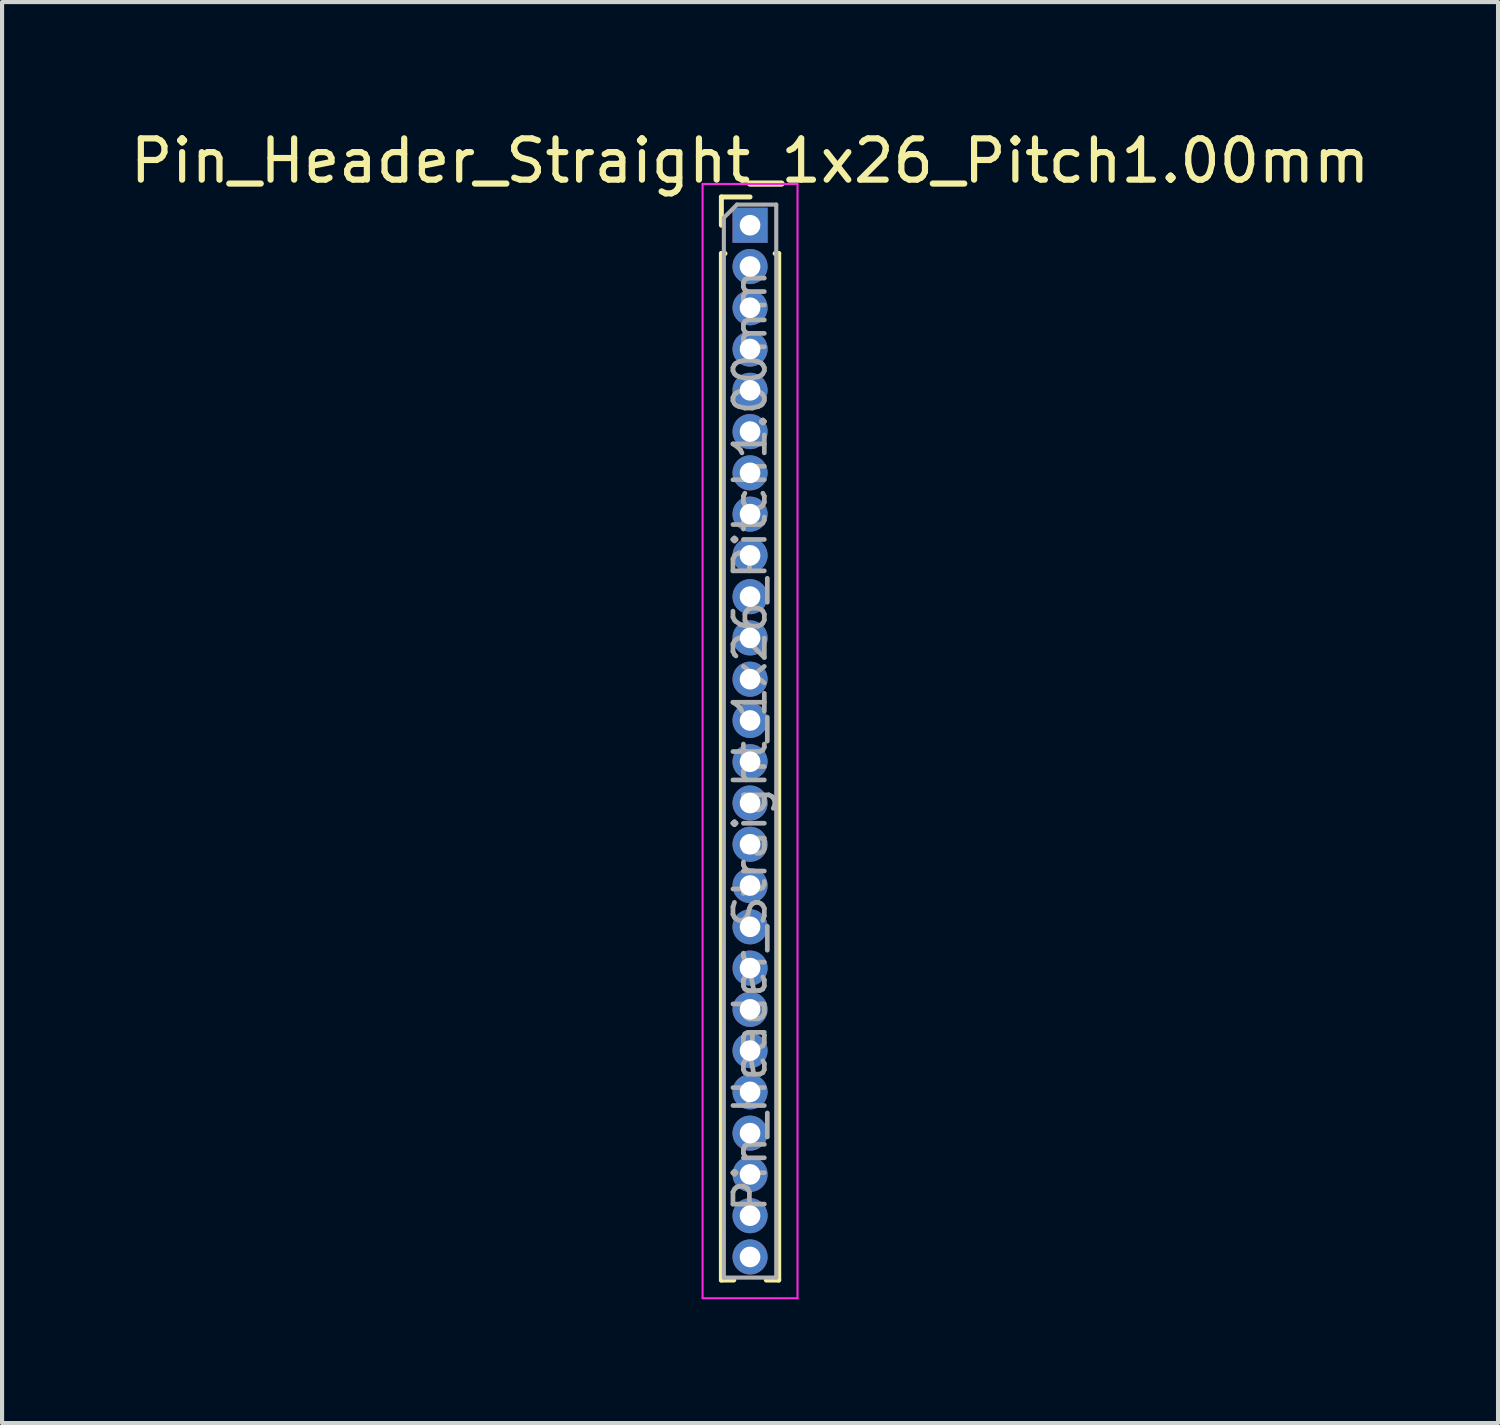
<source format=kicad_pcb>
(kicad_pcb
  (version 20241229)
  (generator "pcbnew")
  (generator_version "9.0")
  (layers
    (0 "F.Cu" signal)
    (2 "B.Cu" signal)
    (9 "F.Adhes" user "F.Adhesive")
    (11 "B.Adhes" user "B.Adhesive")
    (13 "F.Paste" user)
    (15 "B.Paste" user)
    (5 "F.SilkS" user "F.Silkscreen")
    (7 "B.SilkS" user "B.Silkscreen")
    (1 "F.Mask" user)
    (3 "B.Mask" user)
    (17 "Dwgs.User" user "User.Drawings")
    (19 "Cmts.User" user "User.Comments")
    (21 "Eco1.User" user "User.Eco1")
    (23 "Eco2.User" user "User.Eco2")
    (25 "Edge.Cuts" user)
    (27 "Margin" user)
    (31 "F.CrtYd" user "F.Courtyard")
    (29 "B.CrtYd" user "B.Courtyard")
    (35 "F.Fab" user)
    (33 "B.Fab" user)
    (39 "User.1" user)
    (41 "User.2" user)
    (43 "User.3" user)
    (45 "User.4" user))
  (footprint "Pin_Header_Straight_1x26_Pitch1.00mm"
    (layer "F.Cu")
    (at 15.125 2.408)
    (property "Reference" "Pin_Header_Straight_1x26_Pitch1.00mm" (at 0 -1.56 0) (layer "F.SilkS") (effects (font (size 1 1) (thickness 0.15))))
    (attr through_hole)
    (fp_line (start -0.695 -0.685) (end 0 -0.685) (stroke (width 0.12) (type solid)) (layer "F.SilkS"))
    (fp_line (start -0.695 0) (end -0.695 -0.685) (stroke (width 0.12) (type solid)) (layer "F.SilkS"))
    (fp_line (start -0.695 0.685) (end -0.695 25.56) (stroke (width 0.12) (type solid)) (layer "F.SilkS"))
    (fp_line (start -0.695 0.685) (end -0.608 0.685) (stroke (width 0.12) (type solid)) (layer "F.SilkS"))
    (fp_line (start -0.695 25.56) (end -0.394 25.56) (stroke (width 0.12) (type solid)) (layer "F.SilkS"))
    (fp_line (start 0.394 25.56) (end 0.695 25.56) (stroke (width 0.12) (type solid)) (layer "F.SilkS"))
    (fp_line (start 0.608 0.685) (end 0.695 0.685) (stroke (width 0.12) (type solid)) (layer "F.SilkS"))
    (fp_line (start 0.695 0.685) (end 0.695 25.56) (stroke (width 0.12) (type solid)) (layer "F.SilkS"))
    (fp_line (start -1.15 -1) (end -1.15 26) (stroke (width 0.05) (type solid)) (layer "F.CrtYd"))
    (fp_line (start -1.15 26) (end 1.15 26) (stroke (width 0.05) (type solid)) (layer "F.CrtYd"))
    (fp_line (start 1.15 -1) (end -1.15 -1) (stroke (width 0.05) (type solid)) (layer "F.CrtYd"))
    (fp_line (start 1.15 26) (end 1.15 -1) (stroke (width 0.05) (type solid)) (layer "F.CrtYd"))
    (fp_line (start -0.635 -0.182) (end -0.318 -0.5) (stroke (width 0.1) (type solid)) (layer "F.Fab"))
    (fp_line (start -0.635 25.5) (end -0.635 -0.182) (stroke (width 0.1) (type solid)) (layer "F.Fab"))
    (fp_line (start -0.318 -0.5) (end 0.635 -0.5) (stroke (width 0.1) (type solid)) (layer "F.Fab"))
    (fp_line (start 0.635 -0.5) (end 0.635 25.5) (stroke (width 0.1) (type solid)) (layer "F.Fab"))
    (fp_line (start 0.635 25.5) (end -0.635 25.5) (stroke (width 0.1) (type solid)) (layer "F.Fab"))
    (fp_text user "${REFERENCE}" (at 0 12.5 90) (layer "F.Fab") (effects (font (size 0.76 0.76) (thickness 0.114))))
    (pad "1" thru_hole rect (at 0 0) (size 0.85 0.85) (drill 0.5) (layers "*.Cu" "*.Mask"))
    (pad "2" thru_hole oval (at 0 1) (size 0.85 0.85) (drill 0.5) (layers "*.Cu" "*.Mask"))
    (pad "3" thru_hole oval (at 0 2) (size 0.85 0.85) (drill 0.5) (layers "*.Cu" "*.Mask"))
    (pad "4" thru_hole oval (at 0 3) (size 0.85 0.85) (drill 0.5) (layers "*.Cu" "*.Mask"))
    (pad "5" thru_hole oval (at 0 4) (size 0.85 0.85) (drill 0.5) (layers "*.Cu" "*.Mask"))
    (pad "6" thru_hole oval (at 0 5) (size 0.85 0.85) (drill 0.5) (layers "*.Cu" "*.Mask"))
    (pad "7" thru_hole oval (at 0 6) (size 0.85 0.85) (drill 0.5) (layers "*.Cu" "*.Mask"))
    (pad "8" thru_hole oval (at 0 7) (size 0.85 0.85) (drill 0.5) (layers "*.Cu" "*.Mask"))
    (pad "9" thru_hole oval (at 0 8) (size 0.85 0.85) (drill 0.5) (layers "*.Cu" "*.Mask"))
    (pad "10" thru_hole oval (at 0 9) (size 0.85 0.85) (drill 0.5) (layers "*.Cu" "*.Mask"))
    (pad "11" thru_hole oval (at 0 10) (size 0.85 0.85) (drill 0.5) (layers "*.Cu" "*.Mask"))
    (pad "12" thru_hole oval (at 0 11) (size 0.85 0.85) (drill 0.5) (layers "*.Cu" "*.Mask"))
    (pad "13" thru_hole oval (at 0 12) (size 0.85 0.85) (drill 0.5) (layers "*.Cu" "*.Mask"))
    (pad "14" thru_hole oval (at 0 13) (size 0.85 0.85) (drill 0.5) (layers "*.Cu" "*.Mask"))
    (pad "15" thru_hole oval (at 0 14) (size 0.85 0.85) (drill 0.5) (layers "*.Cu" "*.Mask"))
    (pad "16" thru_hole oval (at 0 15) (size 0.85 0.85) (drill 0.5) (layers "*.Cu" "*.Mask"))
    (pad "17" thru_hole oval (at 0 16) (size 0.85 0.85) (drill 0.5) (layers "*.Cu" "*.Mask"))
    (pad "18" thru_hole oval (at 0 17) (size 0.85 0.85) (drill 0.5) (layers "*.Cu" "*.Mask"))
    (pad "19" thru_hole oval (at 0 18) (size 0.85 0.85) (drill 0.5) (layers "*.Cu" "*.Mask"))
    (pad "20" thru_hole oval (at 0 19) (size 0.85 0.85) (drill 0.5) (layers "*.Cu" "*.Mask"))
    (pad "21" thru_hole oval (at 0 20) (size 0.85 0.85) (drill 0.5) (layers "*.Cu" "*.Mask"))
    (pad "22" thru_hole oval (at 0 21) (size 0.85 0.85) (drill 0.5) (layers "*.Cu" "*.Mask"))
    (pad "23" thru_hole oval (at 0 22) (size 0.85 0.85) (drill 0.5) (layers "*.Cu" "*.Mask"))
    (pad "24" thru_hole oval (at 0 23) (size 0.85 0.85) (drill 0.5) (layers "*.Cu" "*.Mask"))
    (pad "25" thru_hole oval (at 0 24) (size 0.85 0.85) (drill 0.5) (layers "*.Cu" "*.Mask"))
    (pad "26" thru_hole oval (at 0 25) (size 0.85 0.85) (drill 0.5) (layers "*.Cu" "*.Mask")))
  (gr_rect
    (start -3 -3)
    (end 33.25 31.433)
    (stroke (width 0.1) (type default))
    (fill no)
    (layer "Edge.Cuts")))
</source>
